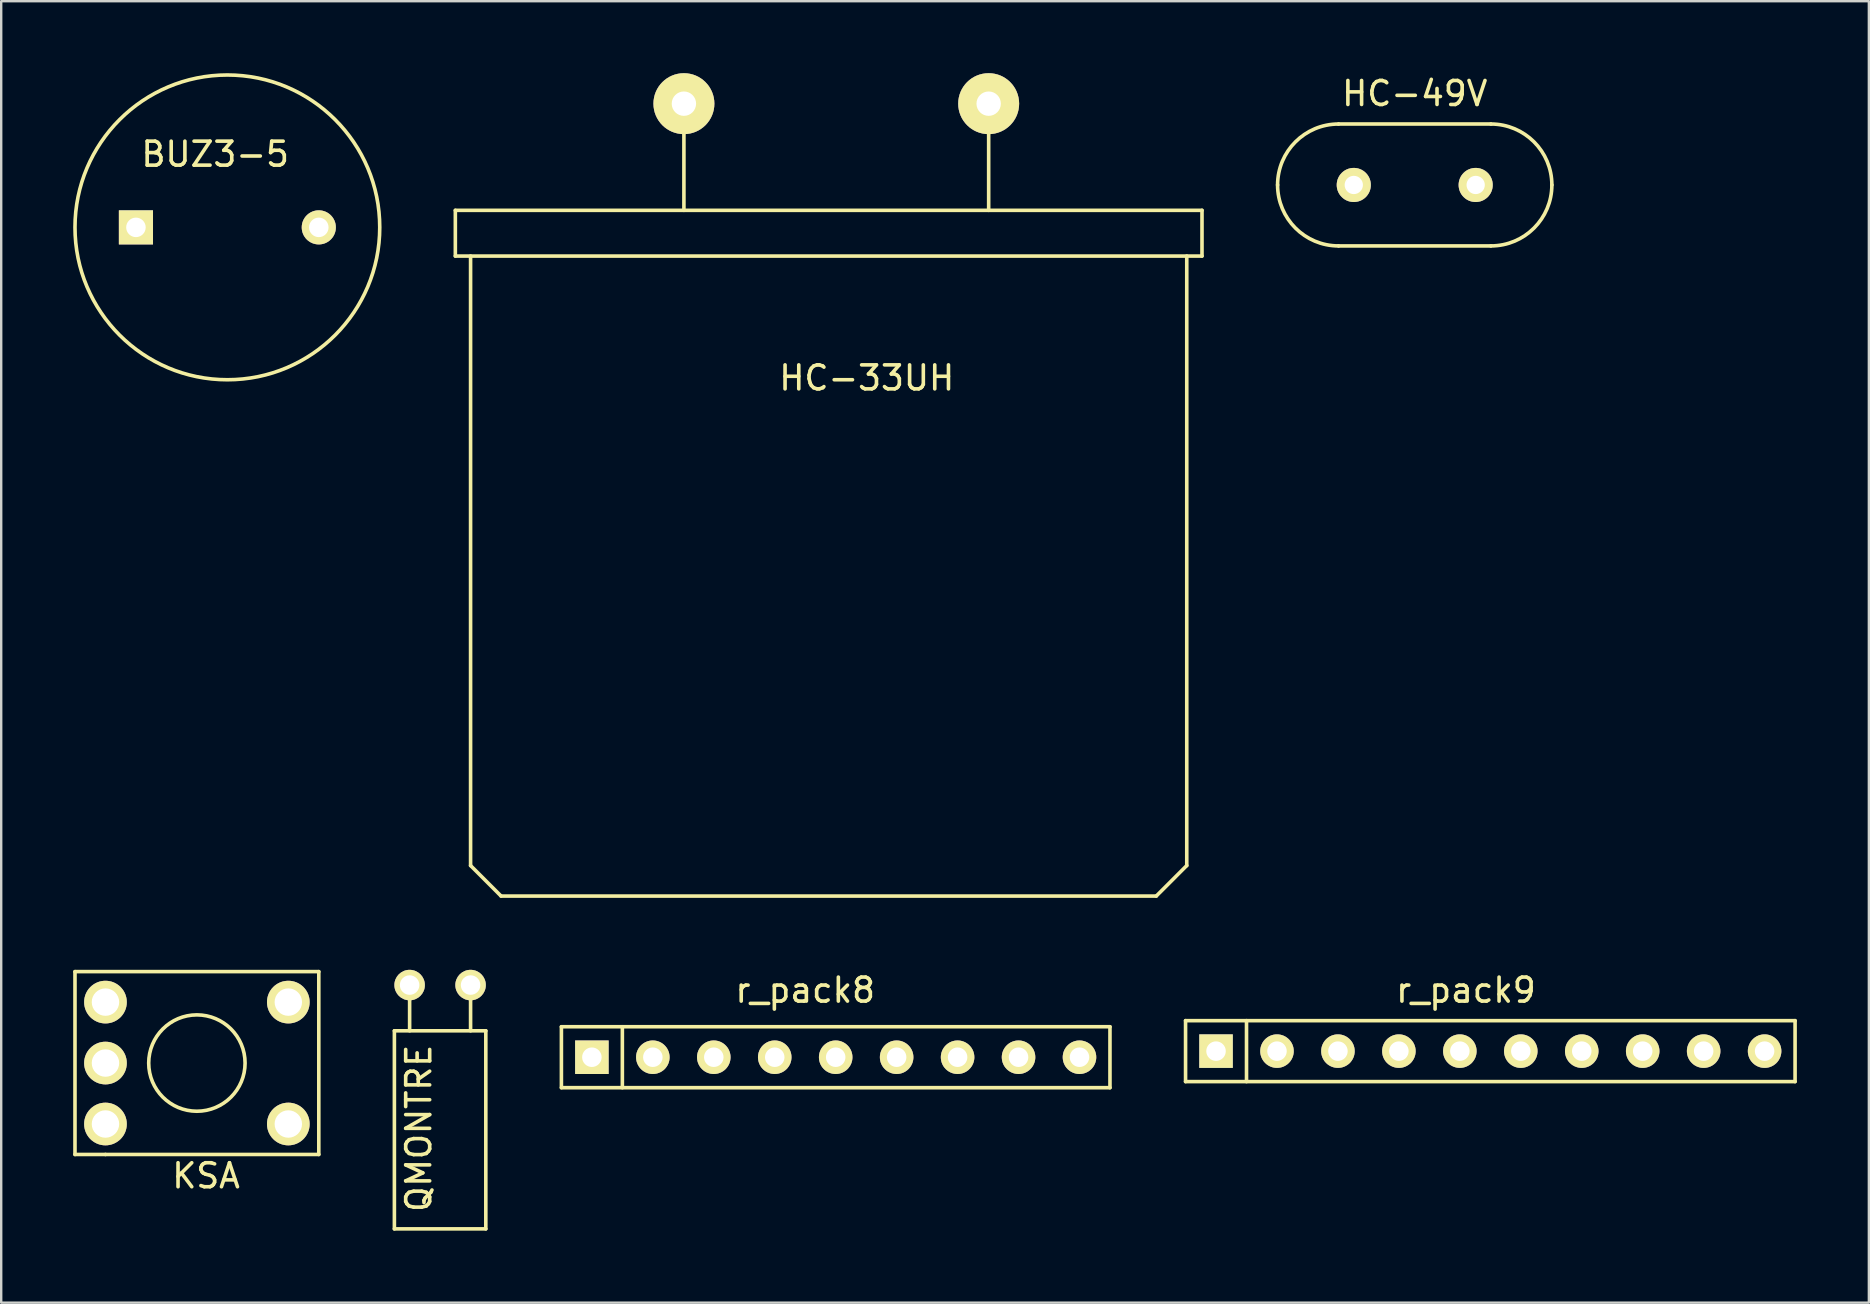
<source format=kicad_pcb>
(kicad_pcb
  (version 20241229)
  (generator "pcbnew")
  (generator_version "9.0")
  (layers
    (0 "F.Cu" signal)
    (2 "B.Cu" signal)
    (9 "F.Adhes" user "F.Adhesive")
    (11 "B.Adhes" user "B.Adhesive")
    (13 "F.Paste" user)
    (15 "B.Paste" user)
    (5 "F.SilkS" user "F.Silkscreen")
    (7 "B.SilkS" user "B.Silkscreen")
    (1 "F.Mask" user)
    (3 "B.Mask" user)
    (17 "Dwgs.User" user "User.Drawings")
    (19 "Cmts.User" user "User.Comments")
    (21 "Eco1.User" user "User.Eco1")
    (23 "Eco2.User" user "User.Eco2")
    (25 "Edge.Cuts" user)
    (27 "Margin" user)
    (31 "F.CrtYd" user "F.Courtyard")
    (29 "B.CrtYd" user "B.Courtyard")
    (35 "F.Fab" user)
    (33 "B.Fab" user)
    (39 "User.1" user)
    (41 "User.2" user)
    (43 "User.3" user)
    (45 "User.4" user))
  (footprint "BUZ3-5"
    (layer "F.Cu")
    (at 6.425 6.425)
    (property "Reference" "BUZ3-5" (at -0.508 -3.048 0) (layer "F.SilkS") (effects (font (size 1 1) (thickness 0.15))))
    (attr through_hole)
    (fp_circle (center 0 0) (end -6.35 0) (stroke (width 0.15) (type solid)) (fill no) (layer "F.SilkS"))
    (pad "1" thru_hole rect (at -3.81 0) (size 1.422 1.422) (drill 0.813) (layers "*.Cu" "*.Mask" "F.SilkS"))
    (pad "2" thru_hole circle (at 3.81 0) (size 1.422 1.422) (drill 0.813) (layers "*.Cu" "*.Mask" "F.SilkS")))
  (footprint "HC-33UH"
    (layer "F.Cu")
    (at 31.8 1.27)
    (property "Reference" "HC-33UH" (at 1.27 11.43 0) (layer "F.SilkS") (effects (font (size 1 1) (thickness 0.15))))
    (attr through_hole)
    (fp_line (start -15.875 6.35) (end -15.875 4.445) (stroke (width 0.15) (type solid)) (layer "F.SilkS"))
    (fp_line (start -15.24 31.75) (end -15.24 6.35) (stroke (width 0.15) (type solid)) (layer "F.SilkS"))
    (fp_line (start -13.97 33.02) (end -15.24 31.75) (stroke (width 0.15) (type solid)) (layer "F.SilkS"))
    (fp_line (start -6.35 0) (end -6.35 4.445) (stroke (width 0.15) (type solid)) (layer "F.SilkS"))
    (fp_line (start 6.35 0) (end 6.35 4.445) (stroke (width 0.15) (type solid)) (layer "F.SilkS"))
    (fp_line (start 13.335 33.02) (end -13.97 33.02) (stroke (width 0.15) (type solid)) (layer "F.SilkS"))
    (fp_line (start 14.605 6.35) (end 14.605 31.75) (stroke (width 0.15) (type solid)) (layer "F.SilkS"))
    (fp_line (start 14.605 31.75) (end 13.335 33.02) (stroke (width 0.15) (type solid)) (layer "F.SilkS"))
    (fp_line (start 15.24 4.445) (end -15.875 4.445) (stroke (width 0.15) (type solid)) (layer "F.SilkS"))
    (fp_line (start 15.24 4.445) (end 15.24 6.35) (stroke (width 0.15) (type solid)) (layer "F.SilkS"))
    (fp_line (start 15.24 6.35) (end -15.875 6.35) (stroke (width 0.15) (type solid)) (layer "F.SilkS"))
    (pad "1" thru_hole circle (at -6.35 0) (size 2.54 2.54) (drill 1.016) (layers "*.Cu" "*.Mask" "F.SilkS"))
    (pad "2" thru_hole circle (at 6.35 0) (size 2.54 2.54) (drill 1.016) (layers "*.Cu" "*.Mask" "F.SilkS")))
  (footprint "r_pack9"
    (layer "F.Cu")
    (at 59.055 40.753)
    (property "Reference" "r_pack9" (at -1.016 -2.54 0) (layer "F.SilkS") (effects (font (size 1 1) (thickness 0.15))))
    (attr through_hole)
    (fp_line (start -12.7 -1.27) (end 12.7 -1.27) (stroke (width 0.15) (type solid)) (layer "F.SilkS"))
    (fp_line (start -12.7 1.27) (end -12.7 -1.27) (stroke (width 0.15) (type solid)) (layer "F.SilkS"))
    (fp_line (start -10.16 1.27) (end -10.16 -1.27) (stroke (width 0.15) (type solid)) (layer "F.SilkS"))
    (fp_line (start 12.7 -1.27) (end 12.7 1.27) (stroke (width 0.15) (type solid)) (layer "F.SilkS"))
    (fp_line (start 12.7 1.27) (end -12.7 1.27) (stroke (width 0.15) (type solid)) (layer "F.SilkS"))
    (pad "1" thru_hole rect (at -11.43 0) (size 1.397 1.397) (drill 0.813) (layers "*.Cu" "*.Mask" "F.SilkS"))
    (pad "2" thru_hole circle (at -8.89 0) (size 1.397 1.397) (drill 0.813) (layers "*.Cu" "*.Mask" "F.SilkS"))
    (pad "3" thru_hole circle (at -6.35 0) (size 1.397 1.397) (drill 0.813) (layers "*.Cu" "*.Mask" "F.SilkS"))
    (pad "4" thru_hole circle (at -3.81 0) (size 1.397 1.397) (drill 0.813) (layers "*.Cu" "*.Mask" "F.SilkS"))
    (pad "5" thru_hole circle (at -1.27 0) (size 1.397 1.397) (drill 0.813) (layers "*.Cu" "*.Mask" "F.SilkS"))
    (pad "6" thru_hole circle (at 1.27 0) (size 1.397 1.397) (drill 0.813) (layers "*.Cu" "*.Mask" "F.SilkS"))
    (pad "7" thru_hole circle (at 3.81 0) (size 1.397 1.397) (drill 0.813) (layers "*.Cu" "*.Mask" "F.SilkS"))
    (pad "8" thru_hole circle (at 6.35 0) (size 1.397 1.397) (drill 0.813) (layers "*.Cu" "*.Mask" "F.SilkS"))
    (pad "9" thru_hole circle (at 8.89 0) (size 1.397 1.397) (drill 0.813) (layers "*.Cu" "*.Mask" "F.SilkS"))
    (pad "10" thru_hole circle (at 11.43 0) (size 1.397 1.397) (drill 0.813) (layers "*.Cu" "*.Mask" "F.SilkS")))
  (footprint "HC-49V"
    (layer "F.Cu")
    (at 55.905 4.658)
    (property "Reference" "HC-49V" (at 0 -3.81 0) (layer "F.SilkS") (effects (font (size 1 1) (thickness 0.15))))
    (attr through_hole)
    (fp_line (start -3.175 -2.54) (end 3.175 -2.54) (stroke (width 0.15) (type solid)) (layer "F.SilkS"))
    (fp_line (start -3.175 2.54) (end 3.175 2.54) (stroke (width 0.15) (type solid)) (layer "F.SilkS"))
    (fp_arc (start -5.715 0) (mid -4.971051 -1.796051) (end -3.175 -2.54) (stroke (width 0.15) (type solid)) (layer "F.SilkS"))
    (fp_arc (start -3.175 2.54) (mid -4.971051 1.796051) (end -5.715 0) (stroke (width 0.15) (type solid)) (layer "F.SilkS"))
    (fp_arc (start 3.175 -2.54) (mid 4.971051 -1.796051) (end 5.715 0) (stroke (width 0.15) (type solid)) (layer "F.SilkS"))
    (fp_arc (start 5.715 0) (mid 4.971051 1.796051) (end 3.175 2.54) (stroke (width 0.15) (type solid)) (layer "F.SilkS"))
    (pad "1" thru_hole circle (at -2.54 0) (size 1.422 1.422) (drill 0.762) (layers "*.Cu" "*.Mask" "F.SilkS"))
    (pad "2" thru_hole circle (at 2.54 0) (size 1.422 1.422) (drill 0.762) (layers "*.Cu" "*.Mask" "F.SilkS")))
  (footprint "r_pack8"
    (layer "F.Cu")
    (at 31.775 41.007)
    (property "Reference" "r_pack8" (at -1.27 -2.794 0) (layer "F.SilkS") (effects (font (size 1 1) (thickness 0.15))))
    (attr through_hole)
    (fp_line (start -11.43 1.27) (end -11.43 -1.27) (stroke (width 0.15) (type solid)) (layer "F.SilkS"))
    (fp_line (start -8.89 -1.27) (end -8.89 1.27) (stroke (width 0.15) (type solid)) (layer "F.SilkS"))
    (fp_line (start 11.43 -1.27) (end -11.43 -1.27) (stroke (width 0.15) (type solid)) (layer "F.SilkS"))
    (fp_line (start 11.43 -1.27) (end 11.43 1.27) (stroke (width 0.15) (type solid)) (layer "F.SilkS"))
    (fp_line (start 11.43 1.27) (end -11.43 1.27) (stroke (width 0.15) (type solid)) (layer "F.SilkS"))
    (pad "1" thru_hole rect (at -10.16 0) (size 1.397 1.397) (drill 0.813) (layers "*.Cu" "*.Mask" "F.SilkS"))
    (pad "2" thru_hole circle (at -7.62 0) (size 1.397 1.397) (drill 0.813) (layers "*.Cu" "*.Mask" "F.SilkS"))
    (pad "3" thru_hole circle (at -5.08 0) (size 1.397 1.397) (drill 0.813) (layers "*.Cu" "*.Mask" "F.SilkS"))
    (pad "4" thru_hole circle (at -2.54 0) (size 1.397 1.397) (drill 0.813) (layers "*.Cu" "*.Mask" "F.SilkS"))
    (pad "5" thru_hole circle (at 0 0) (size 1.397 1.397) (drill 0.813) (layers "*.Cu" "*.Mask" "F.SilkS"))
    (pad "6" thru_hole circle (at 2.54 0) (size 1.397 1.397) (drill 0.813) (layers "*.Cu" "*.Mask" "F.SilkS"))
    (pad "7" thru_hole circle (at 5.08 0) (size 1.397 1.397) (drill 0.813) (layers "*.Cu" "*.Mask" "F.SilkS"))
    (pad "8" thru_hole circle (at 7.62 0) (size 1.397 1.397) (drill 0.813) (layers "*.Cu" "*.Mask" "F.SilkS"))
    (pad "9" thru_hole circle (at 10.16 0) (size 1.397 1.397) (drill 0.813) (layers "*.Cu" "*.Mask" "F.SilkS")))
  (footprint "QMONTRE"
    (layer "F.Cu")
    (at 15.29 38)
    (property "Reference" "QMONTRE" (at -0.889 5.969 90) (layer "F.SilkS") (effects (font (size 1 1) (thickness 0.15))))
    (attr through_hole)
    (fp_line (start -1.905 1.905) (end 1.905 1.905) (stroke (width 0.15) (type solid)) (layer "F.SilkS"))
    (fp_line (start -1.905 10.16) (end -1.905 1.905) (stroke (width 0.15) (type solid)) (layer "F.SilkS"))
    (fp_line (start -1.27 0) (end -1.27 1.905) (stroke (width 0.15) (type solid)) (layer "F.SilkS"))
    (fp_line (start 1.27 0) (end 1.27 1.905) (stroke (width 0.15) (type solid)) (layer "F.SilkS"))
    (fp_line (start 1.905 1.905) (end 1.905 10.16) (stroke (width 0.15) (type solid)) (layer "F.SilkS"))
    (fp_line (start 1.905 10.16) (end -1.905 10.16) (stroke (width 0.15) (type solid)) (layer "F.SilkS"))
    (pad "1" thru_hole circle (at -1.27 0) (size 1.27 1.27) (drill 0.813) (layers "*.Cu" "*.Mask" "F.SilkS"))
    (pad "2" thru_hole circle (at 1.27 0) (size 1.27 1.27) (drill 0.813) (layers "*.Cu" "*.Mask" "F.SilkS")))
  (footprint "KSA"
    (layer "F.Cu")
    (at 5.155 41.25)
    (property "Reference" "KSA" (at 0.381 4.699 0) (layer "F.SilkS") (effects (font (size 1 1) (thickness 0.15))))
    (attr through_hole)
    (fp_line (start -5.08 -3.81) (end -5.08 3.81) (stroke (width 0.15) (type solid)) (layer "F.SilkS"))
    (fp_line (start -5.08 3.81) (end -3.81 3.81) (stroke (width 0.15) (type solid)) (layer "F.SilkS"))
    (fp_line (start -3.81 3.81) (end 5.08 3.81) (stroke (width 0.15) (type solid)) (layer "F.SilkS"))
    (fp_line (start 5.08 -3.81) (end -5.08 -3.81) (stroke (width 0.15) (type solid)) (layer "F.SilkS"))
    (fp_line (start 5.08 3.81) (end 5.08 -3.81) (stroke (width 0.15) (type solid)) (layer "F.SilkS"))
    (fp_circle (center 0 0) (end 1.905 0.635) (stroke (width 0.15) (type solid)) (fill no) (layer "F.SilkS"))
    (pad "1" thru_hole circle (at 3.81 -2.54) (size 1.778 1.778) (drill 1.143) (layers "*.Cu" "*.Mask" "F.SilkS"))
    (pad "2" thru_hole circle (at 3.81 2.54) (size 1.778 1.778) (drill 1.143) (layers "*.Cu" "*.Mask" "F.SilkS"))
    (pad "3" thru_hole circle (at -3.81 2.54) (size 1.778 1.778) (drill 1.143) (layers "*.Cu" "*.Mask" "F.SilkS"))
    (pad "4" thru_hole circle (at -3.81 0) (size 1.778 1.778) (drill 1.143) (layers "*.Cu" "*.Mask" "F.SilkS"))
    (pad "5" thru_hole circle (at -3.81 -2.54) (size 1.778 1.778) (drill 1.143) (layers "*.Cu" "*.Mask" "F.SilkS")))
  (gr_rect
    (start -3 -3)
    (end 74.83 51.235)
    (stroke (width 0.1) (type default))
    (fill no)
    (layer "Edge.Cuts")))
</source>
